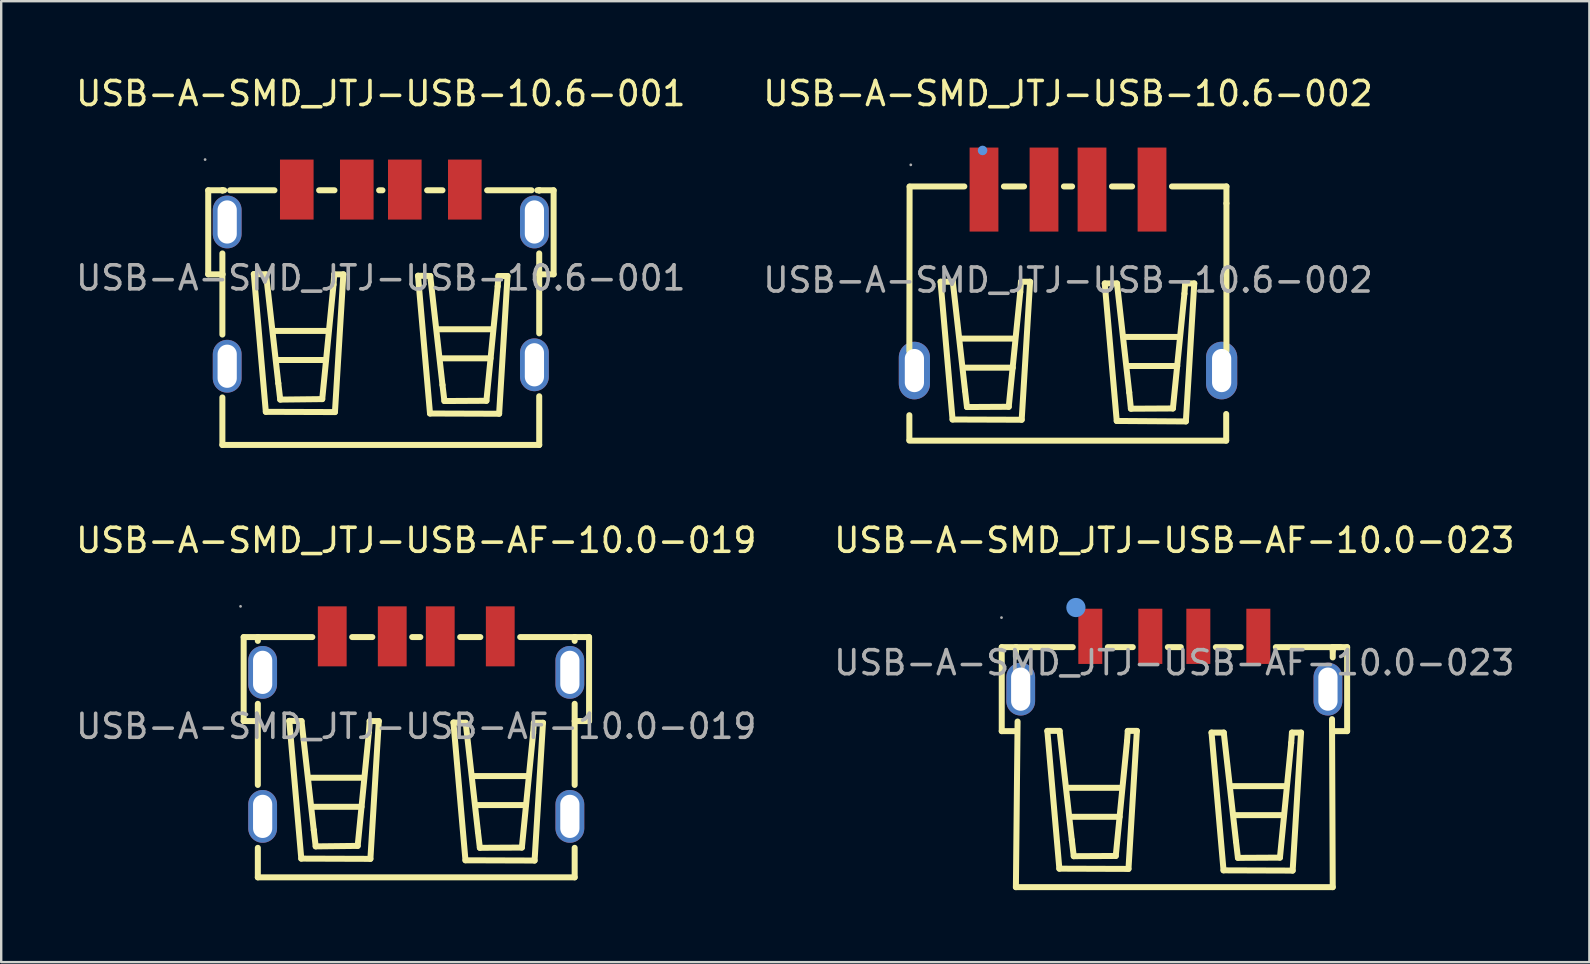
<source format=kicad_pcb>
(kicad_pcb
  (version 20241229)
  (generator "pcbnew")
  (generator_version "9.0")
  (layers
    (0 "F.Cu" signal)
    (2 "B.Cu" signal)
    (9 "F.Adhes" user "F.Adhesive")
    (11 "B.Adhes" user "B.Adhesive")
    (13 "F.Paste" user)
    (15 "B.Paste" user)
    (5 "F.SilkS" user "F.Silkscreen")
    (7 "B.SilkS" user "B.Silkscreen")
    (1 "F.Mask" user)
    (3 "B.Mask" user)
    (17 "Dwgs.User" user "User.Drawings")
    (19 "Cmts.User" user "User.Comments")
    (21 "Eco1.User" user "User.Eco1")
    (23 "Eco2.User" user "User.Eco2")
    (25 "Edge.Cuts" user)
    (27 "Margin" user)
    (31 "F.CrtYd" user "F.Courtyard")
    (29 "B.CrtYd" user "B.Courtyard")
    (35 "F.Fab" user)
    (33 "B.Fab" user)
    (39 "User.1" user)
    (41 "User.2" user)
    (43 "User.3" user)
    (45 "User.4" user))
  (footprint "USB-A-SMD_JTJ-USB-AF-10.0-019"
    (layer "F.Cu")
    (at 14.292 27.212)
    (property "Reference" "USB-A-SMD_JTJ-USB-AF-10.0-019" (at 0 -7.75 0) (layer "F.SilkS") (effects (font (size 1 1) (thickness 0.15))))
    (attr through_hole)
    (fp_line (start -7.19 -0.22) (end -7.19 -3.72) (stroke (width 0.25) (type solid)) (layer "F.SilkS"))
    (fp_line (start -6.6 -3.56) (end -6.6 -3.72) (stroke (width 0.25) (type solid)) (layer "F.SilkS"))
    (fp_line (start -6.6 2.44) (end -6.6 -0.94) (stroke (width 0.25) (type solid)) (layer "F.SilkS"))
    (fp_line (start -6.6 6.29) (end -6.6 5.06) (stroke (width 0.25) (type solid)) (layer "F.SilkS"))
    (fp_line (start -6.6 6.29) (end 6.6 6.29) (stroke (width 0.25) (type solid)) (layer "F.SilkS"))
    (fp_line (start -6.59 -3.72) (end -7.19 -3.72) (stroke (width 0.25) (type solid)) (layer "F.SilkS"))
    (fp_line (start -6.59 -3.72) (end -4.33 -3.72) (stroke (width 0.25) (type solid)) (layer "F.SilkS"))
    (fp_line (start -6.59 -0.22) (end -7.19 -0.22) (stroke (width 0.25) (type solid)) (layer "F.SilkS"))
    (fp_line (start -5.29 -0.23) (end -4.78 -0.22) (stroke (width 0.25) (type solid)) (layer "F.SilkS"))
    (fp_line (start -4.79 5.51) (end -5.29 -0.23) (stroke (width 0.25) (type solid)) (layer "F.SilkS"))
    (fp_line (start -4.78 -0.22) (end -4.27 4.32) (stroke (width 0.25) (type solid)) (layer "F.SilkS"))
    (fp_line (start -4.45 2.14) (end -2.19 2.14) (stroke (width 0.25) (type solid)) (layer "F.SilkS"))
    (fp_line (start -4.31 3.35) (end -2.28 3.35) (stroke (width 0.25) (type solid)) (layer "F.SilkS"))
    (fp_line (start -4.27 4.32) (end -4.19 5) (stroke (width 0.25) (type solid)) (layer "F.SilkS"))
    (fp_line (start -4.19 5) (end -2.44 4.98) (stroke (width 0.25) (type solid)) (layer "F.SilkS"))
    (fp_line (start -2.67 -3.72) (end -1.83 -3.72) (stroke (width 0.25) (type solid)) (layer "F.SilkS"))
    (fp_line (start -2.44 4.98) (end -1.97 0.21) (stroke (width 0.25) (type solid)) (layer "F.SilkS"))
    (fp_line (start -1.97 0.21) (end -1.94 -0.22) (stroke (width 0.25) (type solid)) (layer "F.SilkS"))
    (fp_line (start -1.94 -0.22) (end -1.56 -0.22) (stroke (width 0.25) (type solid)) (layer "F.SilkS"))
    (fp_line (start -1.91 5.52) (end -4.79 5.51) (stroke (width 0.25) (type solid)) (layer "F.SilkS"))
    (fp_line (start -1.56 -0.22) (end -1.91 5.52) (stroke (width 0.25) (type solid)) (layer "F.SilkS"))
    (fp_line (start -0.17 -3.72) (end 0.17 -3.72) (stroke (width 0.25) (type solid)) (layer "F.SilkS"))
    (fp_line (start 1.55 -0.16) (end 2.06 -0.15) (stroke (width 0.25) (type solid)) (layer "F.SilkS"))
    (fp_line (start 1.83 -3.72) (end 2.67 -3.72) (stroke (width 0.25) (type solid)) (layer "F.SilkS"))
    (fp_line (start 2.05 5.58) (end 1.55 -0.16) (stroke (width 0.25) (type solid)) (layer "F.SilkS"))
    (fp_line (start 2.06 -0.15) (end 2.57 4.39) (stroke (width 0.25) (type solid)) (layer "F.SilkS"))
    (fp_line (start 2.4 2.07) (end 4.66 2.07) (stroke (width 0.25) (type solid)) (layer "F.SilkS"))
    (fp_line (start 2.54 3.28) (end 4.57 3.28) (stroke (width 0.25) (type solid)) (layer "F.SilkS"))
    (fp_line (start 2.57 4.39) (end 2.65 5.06) (stroke (width 0.25) (type solid)) (layer "F.SilkS"))
    (fp_line (start 2.65 5.06) (end 4.4 5.05) (stroke (width 0.25) (type solid)) (layer "F.SilkS"))
    (fp_line (start 4.33 -3.72) (end 6.6 -3.72) (stroke (width 0.25) (type solid)) (layer "F.SilkS"))
    (fp_line (start 4.4 5.05) (end 4.87 0.28) (stroke (width 0.25) (type solid)) (layer "F.SilkS"))
    (fp_line (start 4.87 0.28) (end 4.9 -0.15) (stroke (width 0.25) (type solid)) (layer "F.SilkS"))
    (fp_line (start 4.9 -0.15) (end 5.28 -0.15) (stroke (width 0.25) (type solid)) (layer "F.SilkS"))
    (fp_line (start 4.93 5.59) (end 2.05 5.58) (stroke (width 0.25) (type solid)) (layer "F.SilkS"))
    (fp_line (start 5.28 -0.15) (end 4.93 5.59) (stroke (width 0.25) (type solid)) (layer "F.SilkS"))
    (fp_line (start 6.6 -3.72) (end 7.2 -3.72) (stroke (width 0.25) (type solid)) (layer "F.SilkS"))
    (fp_line (start 6.6 -3.56) (end 6.6 -3.72) (stroke (width 0.25) (type solid)) (layer "F.SilkS"))
    (fp_line (start 6.6 -0.22) (end 7.2 -0.22) (stroke (width 0.25) (type solid)) (layer "F.SilkS"))
    (fp_line (start 6.6 2.44) (end 6.6 -0.94) (stroke (width 0.25) (type solid)) (layer "F.SilkS"))
    (fp_line (start 6.6 6.29) (end 6.6 5.06) (stroke (width 0.25) (type solid)) (layer "F.SilkS"))
    (fp_line (start 7.2 -3.72) (end 7.2 -0.22) (stroke (width 0.25) (type solid)) (layer "F.SilkS"))
    (fp_circle (center -7.32 -5) (end -7.29 -5) (stroke (width 0.06) (type solid)) (fill no) (layer "F.Fab"))
    (fp_text user "${REFERENCE}" (at 0 0 0) (layer "F.Fab") (effects (font (size 1 1) (thickness 0.15))))
    (pad "1" smd rect (at -3.5 -3.75 180) (size 1.2 2.5) (layers "F.Cu" "F.Mask" "F.Paste"))
    (pad "2" smd rect (at -1 -3.75 180) (size 1.2 2.5) (layers "F.Cu" "F.Mask" "F.Paste"))
    (pad "3" smd rect (at 1 -3.75 180) (size 1.2 2.5) (layers "F.Cu" "F.Mask" "F.Paste"))
    (pad "4" smd rect (at 3.5 -3.75 180) (size 1.2 2.5) (layers "F.Cu" "F.Mask" "F.Paste"))
    (pad "5" thru_hole oval (at 6.4 -2.25 90) (size 2.2 1.2) (drill oval 1.8 0.8) (layers "*.Cu" "*.Paste" "*.Mask"))
    (pad "6" thru_hole oval (at 6.4 3.75 90) (size 2.2 1.2) (drill oval 1.8 0.8) (layers "*.Cu" "*.Paste" "*.Mask"))
    (pad "7" thru_hole oval (at -6.4 3.75 270) (size 2.2 1.2) (drill oval 1.8 0.8) (layers "*.Cu" "*.Paste" "*.Mask"))
    (pad "8" thru_hole oval (at -6.4 -2.25 270) (size 2.2 1.2) (drill oval 1.8 0.8) (layers "*.Cu" "*.Paste" "*.Mask")))
  (footprint "USB-A-SMD_JTJ-USB-10.6-002"
    (layer "F.Cu")
    (at 41.446 8.618)
    (property "Reference" "USB-A-SMD_JTJ-USB-10.6-002" (at 0 -7.77 0) (layer "F.SilkS") (effects (font (size 1 1) (thickness 0.15))))
    (attr through_hole)
    (fp_line (start -6.61 5.63) (end -6.61 6.66) (stroke (width 0.25) (type solid)) (layer "F.SilkS"))
    (fp_line (start -6.61 6.69) (end 6.59 6.69) (stroke (width 0.25) (type solid)) (layer "F.SilkS"))
    (fp_line (start -6.6 -3.9) (end -4.32 -3.9) (stroke (width 0.25) (type solid)) (layer "F.SilkS"))
    (fp_line (start -6.6 -3.89) (end -6.61 2.97) (stroke (width 0.25) (type solid)) (layer "F.SilkS"))
    (fp_line (start -5.31 0.07) (end -4.8 0.07) (stroke (width 0.25) (type solid)) (layer "F.SilkS"))
    (fp_line (start -4.81 5.81) (end -5.31 0.07) (stroke (width 0.25) (type solid)) (layer "F.SilkS"))
    (fp_line (start -4.8 0.07) (end -4.29 4.61) (stroke (width 0.25) (type solid)) (layer "F.SilkS"))
    (fp_line (start -4.47 2.44) (end -2.21 2.44) (stroke (width 0.25) (type solid)) (layer "F.SilkS"))
    (fp_line (start -4.33 3.65) (end -2.3 3.65) (stroke (width 0.25) (type solid)) (layer "F.SilkS"))
    (fp_line (start -4.29 4.61) (end -4.21 5.29) (stroke (width 0.25) (type solid)) (layer "F.SilkS"))
    (fp_line (start -4.21 5.29) (end -2.47 5.28) (stroke (width 0.25) (type solid)) (layer "F.SilkS"))
    (fp_line (start -2.47 5.28) (end -1.99 0.5) (stroke (width 0.25) (type solid)) (layer "F.SilkS"))
    (fp_line (start -1.99 0.5) (end -1.96 0.07) (stroke (width 0.25) (type solid)) (layer "F.SilkS"))
    (fp_line (start -1.96 0.07) (end -1.58 0.07) (stroke (width 0.25) (type solid)) (layer "F.SilkS"))
    (fp_line (start -1.93 5.82) (end -4.81 5.81) (stroke (width 0.25) (type solid)) (layer "F.SilkS"))
    (fp_line (start -1.83 -3.9) (end -2.67 -3.9) (stroke (width 0.25) (type solid)) (layer "F.SilkS"))
    (fp_line (start -1.58 0.07) (end -1.93 5.82) (stroke (width 0.25) (type solid)) (layer "F.SilkS"))
    (fp_line (start 0.17 -3.9) (end -0.17 -3.9) (stroke (width 0.25) (type solid)) (layer "F.SilkS"))
    (fp_line (start 1.53 0.14) (end 2.04 0.14) (stroke (width 0.25) (type solid)) (layer "F.SilkS"))
    (fp_line (start 2.03 5.87) (end 1.53 0.14) (stroke (width 0.25) (type solid)) (layer "F.SilkS"))
    (fp_line (start 2.04 0.14) (end 2.55 4.68) (stroke (width 0.25) (type solid)) (layer "F.SilkS"))
    (fp_line (start 2.38 2.37) (end 4.64 2.37) (stroke (width 0.25) (type solid)) (layer "F.SilkS"))
    (fp_line (start 2.52 3.58) (end 4.55 3.58) (stroke (width 0.25) (type solid)) (layer "F.SilkS"))
    (fp_line (start 2.55 4.68) (end 2.62 5.36) (stroke (width 0.25) (type solid)) (layer "F.SilkS"))
    (fp_line (start 2.62 5.36) (end 4.37 5.35) (stroke (width 0.25) (type solid)) (layer "F.SilkS"))
    (fp_line (start 2.67 -3.9) (end 1.83 -3.9) (stroke (width 0.25) (type solid)) (layer "F.SilkS"))
    (fp_line (start 4.37 5.35) (end 4.85 0.57) (stroke (width 0.25) (type solid)) (layer "F.SilkS"))
    (fp_line (start 4.85 0.57) (end 4.88 0.14) (stroke (width 0.25) (type solid)) (layer "F.SilkS"))
    (fp_line (start 4.88 0.14) (end 5.26 0.14) (stroke (width 0.25) (type solid)) (layer "F.SilkS"))
    (fp_line (start 4.91 5.89) (end 2.03 5.87) (stroke (width 0.25) (type solid)) (layer "F.SilkS"))
    (fp_line (start 5.26 0.14) (end 4.91 5.89) (stroke (width 0.25) (type solid)) (layer "F.SilkS"))
    (fp_line (start 6.59 6.69) (end 6.59 5.58) (stroke (width 0.25) (type solid)) (layer "F.SilkS"))
    (fp_line (start 6.6 -3.9) (end 4.33 -3.9) (stroke (width 0.25) (type solid)) (layer "F.SilkS"))
    (fp_line (start 6.6 -3.2) (end 6.6 -3.9) (stroke (width 0.25) (type solid)) (layer "F.SilkS"))
    (fp_line (start 6.6 -3.19) (end 6.6 2.96) (stroke (width 0.25) (type solid)) (layer "F.SilkS"))
    (fp_circle (center -3.56 -5.4) (end -3.46 -5.4) (stroke (width 0.2) (type solid)) (fill no) (layer "Cmts.User"))
    (fp_circle (center -6.55 -4.8) (end -6.52 -4.8) (stroke (width 0.06) (type solid)) (fill no) (layer "F.Fab"))
    (fp_text user "${REFERENCE}" (at 0 0 0) (layer "F.Fab") (effects (font (size 1 1) (thickness 0.15))))
    (pad "1" smd rect (at -3.5 -3.77 180) (size 1.2 3.5) (layers "F.Cu" "F.Mask" "F.Paste"))
    (pad "2" smd rect (at -1 -3.77 180) (size 1.2 3.5) (layers "F.Cu" "F.Mask" "F.Paste"))
    (pad "3" smd rect (at 1 -3.77 180) (size 1.2 3.5) (layers "F.Cu" "F.Mask" "F.Paste"))
    (pad "4" smd rect (at 3.5 -3.77 180) (size 1.2 3.5) (layers "F.Cu" "F.Mask" "F.Paste"))
    (pad "5" thru_hole oval (at 6.4 3.77 90) (size 2.4 1.3) (drill oval 1.799 0.8) (layers "*.Cu" "*.Paste" "*.Mask"))
    (pad "6" thru_hole oval (at -6.4 3.77 270) (size 2.4 1.3) (drill oval 1.799 0.8) (layers "*.Cu" "*.Paste" "*.Mask")))
  (footprint "USB-A-SMD_JTJ-USB-10.6-001"
    (layer "F.Cu")
    (at 12.815 8.528)
    (property "Reference" "USB-A-SMD_JTJ-USB-10.6-001" (at 0 -7.68 0) (layer "F.SilkS") (effects (font (size 1 1) (thickness 0.15))))
    (attr through_hole)
    (fp_line (start -7.19 -0.15) (end -7.19 -3.65) (stroke (width 0.25) (type solid)) (layer "F.SilkS"))
    (fp_line (start -6.6 -3.64) (end -6.6 -3.65) (stroke (width 0.25) (type solid)) (layer "F.SilkS"))
    (fp_line (start -6.6 2.36) (end -6.6 -1.02) (stroke (width 0.25) (type solid)) (layer "F.SilkS"))
    (fp_line (start -6.6 6.96) (end -6.6 4.98) (stroke (width 0.25) (type solid)) (layer "F.SilkS"))
    (fp_line (start -6.6 6.96) (end 6.6 6.96) (stroke (width 0.25) (type solid)) (layer "F.SilkS"))
    (fp_line (start -6.59 -3.65) (end -7.19 -3.65) (stroke (width 0.25) (type solid)) (layer "F.SilkS"))
    (fp_line (start -6.59 -3.65) (end -6.52 -3.65) (stroke (width 0.25) (type solid)) (layer "F.SilkS"))
    (fp_line (start -6.59 -0.15) (end -7.19 -0.15) (stroke (width 0.25) (type solid)) (layer "F.SilkS"))
    (fp_line (start -6.28 -3.65) (end -4.43 -3.65) (stroke (width 0.25) (type solid)) (layer "F.SilkS"))
    (fp_line (start -5.29 -0.16) (end -4.78 -0.15) (stroke (width 0.25) (type solid)) (layer "F.SilkS"))
    (fp_line (start -4.79 5.58) (end -5.29 -0.16) (stroke (width 0.25) (type solid)) (layer "F.SilkS"))
    (fp_line (start -4.78 -0.15) (end -4.27 4.39) (stroke (width 0.25) (type solid)) (layer "F.SilkS"))
    (fp_line (start -4.45 2.21) (end -2.19 2.21) (stroke (width 0.25) (type solid)) (layer "F.SilkS"))
    (fp_line (start -4.31 3.42) (end -2.28 3.42) (stroke (width 0.25) (type solid)) (layer "F.SilkS"))
    (fp_line (start -4.27 4.39) (end -4.19 5.07) (stroke (width 0.25) (type solid)) (layer "F.SilkS"))
    (fp_line (start -4.19 5.07) (end -2.44 5.05) (stroke (width 0.25) (type solid)) (layer "F.SilkS"))
    (fp_line (start -2.57 -3.65) (end -1.93 -3.65) (stroke (width 0.25) (type solid)) (layer "F.SilkS"))
    (fp_line (start -2.44 5.05) (end -1.97 0.28) (stroke (width 0.25) (type solid)) (layer "F.SilkS"))
    (fp_line (start -1.97 0.28) (end -1.94 -0.15) (stroke (width 0.25) (type solid)) (layer "F.SilkS"))
    (fp_line (start -1.94 -0.15) (end -1.56 -0.15) (stroke (width 0.25) (type solid)) (layer "F.SilkS"))
    (fp_line (start -1.91 5.59) (end -4.79 5.58) (stroke (width 0.25) (type solid)) (layer "F.SilkS"))
    (fp_line (start -1.56 -0.15) (end -1.91 5.59) (stroke (width 0.25) (type solid)) (layer "F.SilkS"))
    (fp_line (start -0.07 -3.65) (end 0.07 -3.65) (stroke (width 0.25) (type solid)) (layer "F.SilkS"))
    (fp_line (start 1.55 -0.09) (end 2.06 -0.08) (stroke (width 0.25) (type solid)) (layer "F.SilkS"))
    (fp_line (start 1.93 -3.65) (end 2.57 -3.65) (stroke (width 0.25) (type solid)) (layer "F.SilkS"))
    (fp_line (start 2.05 5.65) (end 1.55 -0.09) (stroke (width 0.25) (type solid)) (layer "F.SilkS"))
    (fp_line (start 2.06 -0.08) (end 2.57 4.46) (stroke (width 0.25) (type solid)) (layer "F.SilkS"))
    (fp_line (start 2.4 2.14) (end 4.66 2.14) (stroke (width 0.25) (type solid)) (layer "F.SilkS"))
    (fp_line (start 2.54 3.35) (end 4.57 3.35) (stroke (width 0.25) (type solid)) (layer "F.SilkS"))
    (fp_line (start 2.57 4.46) (end 2.65 5.13) (stroke (width 0.25) (type solid)) (layer "F.SilkS"))
    (fp_line (start 2.65 5.13) (end 4.4 5.12) (stroke (width 0.25) (type solid)) (layer "F.SilkS"))
    (fp_line (start 4.4 5.12) (end 4.87 0.35) (stroke (width 0.25) (type solid)) (layer "F.SilkS"))
    (fp_line (start 4.43 -3.65) (end 6.28 -3.65) (stroke (width 0.25) (type solid)) (layer "F.SilkS"))
    (fp_line (start 4.87 0.35) (end 4.9 -0.08) (stroke (width 0.25) (type solid)) (layer "F.SilkS"))
    (fp_line (start 4.9 -0.08) (end 5.28 -0.08) (stroke (width 0.25) (type solid)) (layer "F.SilkS"))
    (fp_line (start 4.93 5.66) (end 2.05 5.65) (stroke (width 0.25) (type solid)) (layer "F.SilkS"))
    (fp_line (start 5.28 -0.08) (end 4.93 5.66) (stroke (width 0.25) (type solid)) (layer "F.SilkS"))
    (fp_line (start 6.52 -3.65) (end 6.6 -3.65) (stroke (width 0.25) (type solid)) (layer "F.SilkS"))
    (fp_line (start 6.6 -3.65) (end 7.2 -3.65) (stroke (width 0.25) (type solid)) (layer "F.SilkS"))
    (fp_line (start 6.6 -3.64) (end 6.6 -3.65) (stroke (width 0.25) (type solid)) (layer "F.SilkS"))
    (fp_line (start 6.6 -0.15) (end 7.2 -0.15) (stroke (width 0.25) (type solid)) (layer "F.SilkS"))
    (fp_line (start 6.6 2.31) (end 6.6 -1.02) (stroke (width 0.25) (type solid)) (layer "F.SilkS"))
    (fp_line (start 6.6 6.96) (end 6.6 4.93) (stroke (width 0.25) (type solid)) (layer "F.SilkS"))
    (fp_line (start 7.2 -3.65) (end 7.2 -0.15) (stroke (width 0.25) (type solid)) (layer "F.SilkS"))
    (fp_circle (center -7.32 -4.93) (end -7.29 -4.93) (stroke (width 0.06) (type solid)) (fill no) (layer "F.Fab"))
    (fp_text user "${REFERENCE}" (at 0 0 0) (layer "F.Fab") (effects (font (size 1 1) (thickness 0.15))))
    (pad "1" smd rect (at -3.5 -3.68 180) (size 1.4 2.5) (layers "F.Cu" "F.Mask" "F.Paste"))
    (pad "2" smd rect (at -1 -3.68 180) (size 1.4 2.5) (layers "F.Cu" "F.Mask" "F.Paste"))
    (pad "3" smd rect (at 1 -3.68 180) (size 1.4 2.5) (layers "F.Cu" "F.Mask" "F.Paste"))
    (pad "4" smd rect (at 3.5 -3.68 180) (size 1.4 2.5) (layers "F.Cu" "F.Mask" "F.Paste"))
    (pad "5" thru_hole oval (at 6.4 -2.33 90) (size 2.2 1.2) (drill oval 1.8 0.8) (layers "*.Cu" "*.Paste" "*.Mask"))
    (pad "6" thru_hole oval (at 6.4 3.62 90) (size 2.2 1.2) (drill oval 1.8 0.8) (layers "*.Cu" "*.Paste" "*.Mask"))
    (pad "7" thru_hole oval (at -6.4 3.68 270) (size 2.2 1.2) (drill oval 1.8 0.8) (layers "*.Cu" "*.Paste" "*.Mask"))
    (pad "8" thru_hole oval (at -6.4 -2.33 270) (size 2.2 1.2) (drill oval 1.8 0.8) (layers "*.Cu" "*.Paste" "*.Mask")))
  (footprint "USB-A-SMD_JTJ-USB-AF-10.0-023"
    (layer "F.Cu")
    (at 45.875 24.561)
    (property "Reference" "USB-A-SMD_JTJ-USB-AF-10.0-023" (at 0 -5.1 0) (layer "F.SilkS") (effects (font (size 1 1) (thickness 0.15))))
    (attr through_hole)
    (fp_line (start -7.19 2.85) (end -7.19 -0.65) (stroke (width 0.25) (type solid)) (layer "F.SilkS"))
    (fp_line (start -6.6 -0.5) (end -6.6 -0.65) (stroke (width 0.25) (type solid)) (layer "F.SilkS"))
    (fp_line (start -6.6 -0.5) (end -6.6 -0.25) (stroke (width 0.25) (type solid)) (layer "F.SilkS"))
    (fp_line (start -6.6 9.35) (end -6.53 2.45) (stroke (width 0.25) (type solid)) (layer "F.SilkS"))
    (fp_line (start -6.6 9.35) (end 6.6 9.35) (stroke (width 0.25) (type solid)) (layer "F.SilkS"))
    (fp_line (start -6.59 -0.65) (end -7.19 -0.65) (stroke (width 0.25) (type solid)) (layer "F.SilkS"))
    (fp_line (start -6.59 -0.65) (end -4.23 -0.65) (stroke (width 0.25) (type solid)) (layer "F.SilkS"))
    (fp_line (start -6.59 2.85) (end -7.19 2.85) (stroke (width 0.25) (type solid)) (layer "F.SilkS"))
    (fp_line (start -5.29 2.84) (end -4.78 2.84) (stroke (width 0.25) (type solid)) (layer "F.SilkS"))
    (fp_line (start -4.79 8.58) (end -5.29 2.84) (stroke (width 0.25) (type solid)) (layer "F.SilkS"))
    (fp_line (start -4.78 2.84) (end -4.27 7.39) (stroke (width 0.25) (type solid)) (layer "F.SilkS"))
    (fp_line (start -4.45 5.21) (end -2.19 5.21) (stroke (width 0.25) (type solid)) (layer "F.SilkS"))
    (fp_line (start -4.31 6.42) (end -2.28 6.42) (stroke (width 0.25) (type solid)) (layer "F.SilkS"))
    (fp_line (start -4.27 7.39) (end -4.19 8.06) (stroke (width 0.25) (type solid)) (layer "F.SilkS"))
    (fp_line (start -4.19 8.06) (end -2.44 8.05) (stroke (width 0.25) (type solid)) (layer "F.SilkS"))
    (fp_line (start -2.77 -0.65) (end -1.73 -0.65) (stroke (width 0.25) (type solid)) (layer "F.SilkS"))
    (fp_line (start -2.44 8.05) (end -1.97 3.27) (stroke (width 0.25) (type solid)) (layer "F.SilkS"))
    (fp_line (start -1.97 3.27) (end -1.94 2.84) (stroke (width 0.25) (type solid)) (layer "F.SilkS"))
    (fp_line (start -1.94 2.84) (end -1.56 2.84) (stroke (width 0.25) (type solid)) (layer "F.SilkS"))
    (fp_line (start -1.91 8.59) (end -4.79 8.58) (stroke (width 0.25) (type solid)) (layer "F.SilkS"))
    (fp_line (start -1.56 2.84) (end -1.91 8.59) (stroke (width 0.25) (type solid)) (layer "F.SilkS"))
    (fp_line (start -0.27 -0.65) (end 0.27 -0.65) (stroke (width 0.25) (type solid)) (layer "F.SilkS"))
    (fp_line (start 1.55 2.91) (end 2.06 2.91) (stroke (width 0.25) (type solid)) (layer "F.SilkS"))
    (fp_line (start 1.73 -0.65) (end 2.77 -0.65) (stroke (width 0.25) (type solid)) (layer "F.SilkS"))
    (fp_line (start 2.05 8.65) (end 1.55 2.91) (stroke (width 0.25) (type solid)) (layer "F.SilkS"))
    (fp_line (start 2.06 2.91) (end 2.57 7.45) (stroke (width 0.25) (type solid)) (layer "F.SilkS"))
    (fp_line (start 2.4 5.14) (end 4.66 5.14) (stroke (width 0.25) (type solid)) (layer "F.SilkS"))
    (fp_line (start 2.54 6.35) (end 4.57 6.35) (stroke (width 0.25) (type solid)) (layer "F.SilkS"))
    (fp_line (start 2.57 7.45) (end 2.65 8.13) (stroke (width 0.25) (type solid)) (layer "F.SilkS"))
    (fp_line (start 2.65 8.13) (end 4.4 8.12) (stroke (width 0.25) (type solid)) (layer "F.SilkS"))
    (fp_line (start 4.23 -0.65) (end 6.92 -0.65) (stroke (width 0.25) (type solid)) (layer "F.SilkS"))
    (fp_line (start 4.4 8.12) (end 4.87 3.34) (stroke (width 0.25) (type solid)) (layer "F.SilkS"))
    (fp_line (start 4.87 3.34) (end 4.9 2.91) (stroke (width 0.25) (type solid)) (layer "F.SilkS"))
    (fp_line (start 4.9 2.91) (end 5.28 2.91) (stroke (width 0.25) (type solid)) (layer "F.SilkS"))
    (fp_line (start 4.93 8.66) (end 2.05 8.65) (stroke (width 0.25) (type solid)) (layer "F.SilkS"))
    (fp_line (start 5.28 2.91) (end 4.93 8.66) (stroke (width 0.25) (type solid)) (layer "F.SilkS"))
    (fp_line (start 6.6 -0.65) (end 7.2 -0.65) (stroke (width 0.25) (type solid)) (layer "F.SilkS"))
    (fp_line (start 6.6 -0.5) (end 6.6 -0.65) (stroke (width 0.25) (type solid)) (layer "F.SilkS"))
    (fp_line (start 6.6 -0.5) (end 6.6 -0.22) (stroke (width 0.25) (type solid)) (layer "F.SilkS"))
    (fp_line (start 6.6 2.85) (end 7.2 2.85) (stroke (width 0.25) (type solid)) (layer "F.SilkS"))
    (fp_line (start 6.6 9.35) (end 6.57 2.35) (stroke (width 0.25) (type solid)) (layer "F.SilkS"))
    (fp_line (start 7.2 -0.65) (end 7.2 2.85) (stroke (width 0.25) (type solid)) (layer "F.SilkS"))
    (fp_circle (center -4.1 -2.3) (end -3.9 -2.3) (stroke (width 0.4) (type solid)) (fill no) (layer "Cmts.User"))
    (fp_circle (center -7.2 -1.88) (end -7.17 -1.88) (stroke (width 0.06) (type solid)) (fill no) (layer "F.Fab"))
    (fp_text user "${REFERENCE}" (at 0 0 0) (layer "F.Fab") (effects (font (size 1 1) (thickness 0.15))))
    (pad "1" smd rect (at -3.5 -1.1 180) (size 1 2.3) (layers "F.Cu" "F.Mask" "F.Paste"))
    (pad "2" smd rect (at -1 -1.1 180) (size 1 2.3) (layers "F.Cu" "F.Mask" "F.Paste"))
    (pad "3" smd rect (at 1 -1.1 180) (size 1 2.3) (layers "F.Cu" "F.Mask" "F.Paste"))
    (pad "4" smd rect (at 3.5 -1.1 180) (size 1 2.3) (layers "F.Cu" "F.Mask" "F.Paste"))
    (pad "5" thru_hole oval (at 6.4 1.1 90) (size 2.2 1.2) (drill oval 1.8 0.8) (layers "*.Cu" "*.Paste" "*.Mask"))
    (pad "6" thru_hole oval (at -6.4 1.1 270) (size 2.2 1.2) (drill oval 1.8 0.8) (layers "*.Cu" "*.Paste" "*.Mask")))
  (gr_rect
    (start -3 -3)
    (end 63.167 37.036)
    (stroke (width 0.1) (type default))
    (fill no)
    (layer "Edge.Cuts")))
</source>
